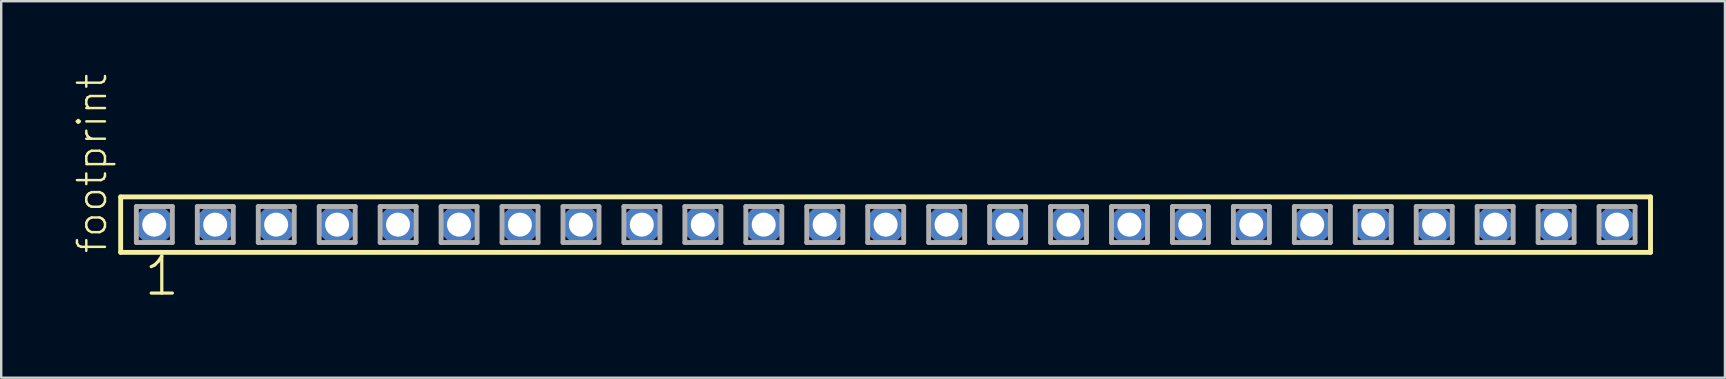
<source format=kicad_pcb>
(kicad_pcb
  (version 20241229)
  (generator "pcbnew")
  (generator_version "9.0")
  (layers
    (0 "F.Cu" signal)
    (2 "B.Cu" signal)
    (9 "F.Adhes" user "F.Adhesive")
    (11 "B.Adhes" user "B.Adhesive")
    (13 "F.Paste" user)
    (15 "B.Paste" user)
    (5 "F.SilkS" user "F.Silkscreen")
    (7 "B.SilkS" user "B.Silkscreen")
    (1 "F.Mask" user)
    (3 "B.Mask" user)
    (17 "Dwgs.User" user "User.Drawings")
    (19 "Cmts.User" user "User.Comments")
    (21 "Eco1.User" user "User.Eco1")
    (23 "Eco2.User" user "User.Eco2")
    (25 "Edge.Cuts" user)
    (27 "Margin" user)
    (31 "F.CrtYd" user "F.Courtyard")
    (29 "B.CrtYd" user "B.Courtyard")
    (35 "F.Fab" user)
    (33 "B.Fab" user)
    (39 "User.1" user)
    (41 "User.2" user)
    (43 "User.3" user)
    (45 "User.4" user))
  (footprint "footprint"
    (layer "F.Cu")
    (at 33.858 6.312)
    (property "Reference" "footprint" (at -32.385 1.27 90) (layer "F.SilkS") (effects (font (size 1.168 1.168) (thickness 0.102)) (justify left bottom)))
    (fp_line (start -31.879 -1.155) (end 31.879 -1.155) (stroke (width 0.203) (type solid)) (layer "F.SilkS"))
    (fp_line (start -31.879 1.155) (end -31.879 -1.155) (stroke (width 0.203) (type solid)) (layer "F.SilkS"))
    (fp_line (start 31.879 -1.155) (end 31.879 1.155) (stroke (width 0.203) (type solid)) (layer "F.SilkS"))
    (fp_line (start 31.879 1.155) (end -31.879 1.155) (stroke (width 0.203) (type solid)) (layer "F.SilkS"))
    (fp_line (start -31.225 -0.755) (end -29.725 -0.755) (stroke (width 0.203) (type solid)) (layer "F.Fab"))
    (fp_line (start -31.225 0.745) (end -31.225 -0.755) (stroke (width 0.203) (type solid)) (layer "F.Fab"))
    (fp_line (start -29.725 -0.755) (end -29.725 0.745) (stroke (width 0.203) (type solid)) (layer "F.Fab"))
    (fp_line (start -29.725 0.745) (end -31.225 0.745) (stroke (width 0.203) (type solid)) (layer "F.Fab"))
    (fp_line (start -28.685 -0.755) (end -27.185 -0.755) (stroke (width 0.203) (type solid)) (layer "F.Fab"))
    (fp_line (start -28.685 0.745) (end -28.685 -0.755) (stroke (width 0.203) (type solid)) (layer "F.Fab"))
    (fp_line (start -27.185 -0.755) (end -27.185 0.745) (stroke (width 0.203) (type solid)) (layer "F.Fab"))
    (fp_line (start -27.185 0.745) (end -28.685 0.745) (stroke (width 0.203) (type solid)) (layer "F.Fab"))
    (fp_line (start -26.145 -0.755) (end -24.645 -0.755) (stroke (width 0.203) (type solid)) (layer "F.Fab"))
    (fp_line (start -26.145 0.745) (end -26.145 -0.755) (stroke (width 0.203) (type solid)) (layer "F.Fab"))
    (fp_line (start -24.645 -0.755) (end -24.645 0.745) (stroke (width 0.203) (type solid)) (layer "F.Fab"))
    (fp_line (start -24.645 0.745) (end -26.145 0.745) (stroke (width 0.203) (type solid)) (layer "F.Fab"))
    (fp_line (start -23.605 -0.755) (end -22.105 -0.755) (stroke (width 0.203) (type solid)) (layer "F.Fab"))
    (fp_line (start -23.605 0.745) (end -23.605 -0.755) (stroke (width 0.203) (type solid)) (layer "F.Fab"))
    (fp_line (start -22.105 -0.755) (end -22.105 0.745) (stroke (width 0.203) (type solid)) (layer "F.Fab"))
    (fp_line (start -22.105 0.745) (end -23.605 0.745) (stroke (width 0.203) (type solid)) (layer "F.Fab"))
    (fp_line (start -21.065 -0.755) (end -19.565 -0.755) (stroke (width 0.203) (type solid)) (layer "F.Fab"))
    (fp_line (start -21.065 0.745) (end -21.065 -0.755) (stroke (width 0.203) (type solid)) (layer "F.Fab"))
    (fp_line (start -19.565 -0.755) (end -19.565 0.745) (stroke (width 0.203) (type solid)) (layer "F.Fab"))
    (fp_line (start -19.565 0.745) (end -21.065 0.745) (stroke (width 0.203) (type solid)) (layer "F.Fab"))
    (fp_line (start -18.525 -0.755) (end -17.025 -0.755) (stroke (width 0.203) (type solid)) (layer "F.Fab"))
    (fp_line (start -18.525 0.745) (end -18.525 -0.755) (stroke (width 0.203) (type solid)) (layer "F.Fab"))
    (fp_line (start -17.025 -0.755) (end -17.025 0.745) (stroke (width 0.203) (type solid)) (layer "F.Fab"))
    (fp_line (start -17.025 0.745) (end -18.525 0.745) (stroke (width 0.203) (type solid)) (layer "F.Fab"))
    (fp_line (start -15.985 -0.755) (end -14.485 -0.755) (stroke (width 0.203) (type solid)) (layer "F.Fab"))
    (fp_line (start -15.985 0.745) (end -15.985 -0.755) (stroke (width 0.203) (type solid)) (layer "F.Fab"))
    (fp_line (start -14.485 -0.755) (end -14.485 0.745) (stroke (width 0.203) (type solid)) (layer "F.Fab"))
    (fp_line (start -14.485 0.745) (end -15.985 0.745) (stroke (width 0.203) (type solid)) (layer "F.Fab"))
    (fp_line (start -13.445 -0.755) (end -11.945 -0.755) (stroke (width 0.203) (type solid)) (layer "F.Fab"))
    (fp_line (start -13.445 0.745) (end -13.445 -0.755) (stroke (width 0.203) (type solid)) (layer "F.Fab"))
    (fp_line (start -11.945 -0.755) (end -11.945 0.745) (stroke (width 0.203) (type solid)) (layer "F.Fab"))
    (fp_line (start -11.945 0.745) (end -13.445 0.745) (stroke (width 0.203) (type solid)) (layer "F.Fab"))
    (fp_line (start -10.905 -0.755) (end -9.405 -0.755) (stroke (width 0.203) (type solid)) (layer "F.Fab"))
    (fp_line (start -10.905 0.745) (end -10.905 -0.755) (stroke (width 0.203) (type solid)) (layer "F.Fab"))
    (fp_line (start -9.405 -0.755) (end -9.405 0.745) (stroke (width 0.203) (type solid)) (layer "F.Fab"))
    (fp_line (start -9.405 0.745) (end -10.905 0.745) (stroke (width 0.203) (type solid)) (layer "F.Fab"))
    (fp_line (start -8.365 -0.755) (end -6.865 -0.755) (stroke (width 0.203) (type solid)) (layer "F.Fab"))
    (fp_line (start -8.365 0.745) (end -8.365 -0.755) (stroke (width 0.203) (type solid)) (layer "F.Fab"))
    (fp_line (start -6.865 -0.755) (end -6.865 0.745) (stroke (width 0.203) (type solid)) (layer "F.Fab"))
    (fp_line (start -6.865 0.745) (end -8.365 0.745) (stroke (width 0.203) (type solid)) (layer "F.Fab"))
    (fp_line (start -5.825 -0.755) (end -4.325 -0.755) (stroke (width 0.203) (type solid)) (layer "F.Fab"))
    (fp_line (start -5.825 0.745) (end -5.825 -0.755) (stroke (width 0.203) (type solid)) (layer "F.Fab"))
    (fp_line (start -4.325 -0.755) (end -4.325 0.745) (stroke (width 0.203) (type solid)) (layer "F.Fab"))
    (fp_line (start -4.325 0.745) (end -5.825 0.745) (stroke (width 0.203) (type solid)) (layer "F.Fab"))
    (fp_line (start -3.285 -0.755) (end -1.785 -0.755) (stroke (width 0.203) (type solid)) (layer "F.Fab"))
    (fp_line (start -3.285 0.745) (end -3.285 -0.755) (stroke (width 0.203) (type solid)) (layer "F.Fab"))
    (fp_line (start -1.785 -0.755) (end -1.785 0.745) (stroke (width 0.203) (type solid)) (layer "F.Fab"))
    (fp_line (start -1.785 0.745) (end -3.285 0.745) (stroke (width 0.203) (type solid)) (layer "F.Fab"))
    (fp_line (start -0.745 -0.755) (end 0.755 -0.755) (stroke (width 0.203) (type solid)) (layer "F.Fab"))
    (fp_line (start -0.745 0.745) (end -0.745 -0.755) (stroke (width 0.203) (type solid)) (layer "F.Fab"))
    (fp_line (start 0.755 -0.755) (end 0.755 0.745) (stroke (width 0.203) (type solid)) (layer "F.Fab"))
    (fp_line (start 0.755 0.745) (end -0.745 0.745) (stroke (width 0.203) (type solid)) (layer "F.Fab"))
    (fp_line (start 1.795 -0.755) (end 3.295 -0.755) (stroke (width 0.203) (type solid)) (layer "F.Fab"))
    (fp_line (start 1.795 0.745) (end 1.795 -0.755) (stroke (width 0.203) (type solid)) (layer "F.Fab"))
    (fp_line (start 3.295 -0.755) (end 3.295 0.745) (stroke (width 0.203) (type solid)) (layer "F.Fab"))
    (fp_line (start 3.295 0.745) (end 1.795 0.745) (stroke (width 0.203) (type solid)) (layer "F.Fab"))
    (fp_line (start 4.335 -0.755) (end 5.835 -0.755) (stroke (width 0.203) (type solid)) (layer "F.Fab"))
    (fp_line (start 4.335 0.745) (end 4.335 -0.755) (stroke (width 0.203) (type solid)) (layer "F.Fab"))
    (fp_line (start 5.835 -0.755) (end 5.835 0.745) (stroke (width 0.203) (type solid)) (layer "F.Fab"))
    (fp_line (start 5.835 0.745) (end 4.335 0.745) (stroke (width 0.203) (type solid)) (layer "F.Fab"))
    (fp_line (start 6.875 -0.755) (end 8.375 -0.755) (stroke (width 0.203) (type solid)) (layer "F.Fab"))
    (fp_line (start 6.875 0.745) (end 6.875 -0.755) (stroke (width 0.203) (type solid)) (layer "F.Fab"))
    (fp_line (start 8.375 -0.755) (end 8.375 0.745) (stroke (width 0.203) (type solid)) (layer "F.Fab"))
    (fp_line (start 8.375 0.745) (end 6.875 0.745) (stroke (width 0.203) (type solid)) (layer "F.Fab"))
    (fp_line (start 9.415 -0.755) (end 10.915 -0.755) (stroke (width 0.203) (type solid)) (layer "F.Fab"))
    (fp_line (start 9.415 0.745) (end 9.415 -0.755) (stroke (width 0.203) (type solid)) (layer "F.Fab"))
    (fp_line (start 10.915 -0.755) (end 10.915 0.745) (stroke (width 0.203) (type solid)) (layer "F.Fab"))
    (fp_line (start 10.915 0.745) (end 9.415 0.745) (stroke (width 0.203) (type solid)) (layer "F.Fab"))
    (fp_line (start 11.955 -0.755) (end 13.455 -0.755) (stroke (width 0.203) (type solid)) (layer "F.Fab"))
    (fp_line (start 11.955 0.745) (end 11.955 -0.755) (stroke (width 0.203) (type solid)) (layer "F.Fab"))
    (fp_line (start 13.455 -0.755) (end 13.455 0.745) (stroke (width 0.203) (type solid)) (layer "F.Fab"))
    (fp_line (start 13.455 0.745) (end 11.955 0.745) (stroke (width 0.203) (type solid)) (layer "F.Fab"))
    (fp_line (start 14.495 -0.755) (end 15.995 -0.755) (stroke (width 0.203) (type solid)) (layer "F.Fab"))
    (fp_line (start 14.495 0.745) (end 14.495 -0.755) (stroke (width 0.203) (type solid)) (layer "F.Fab"))
    (fp_line (start 15.995 -0.755) (end 15.995 0.745) (stroke (width 0.203) (type solid)) (layer "F.Fab"))
    (fp_line (start 15.995 0.745) (end 14.495 0.745) (stroke (width 0.203) (type solid)) (layer "F.Fab"))
    (fp_line (start 17.035 -0.755) (end 18.535 -0.755) (stroke (width 0.203) (type solid)) (layer "F.Fab"))
    (fp_line (start 17.035 0.745) (end 17.035 -0.755) (stroke (width 0.203) (type solid)) (layer "F.Fab"))
    (fp_line (start 18.535 -0.755) (end 18.535 0.745) (stroke (width 0.203) (type solid)) (layer "F.Fab"))
    (fp_line (start 18.535 0.745) (end 17.035 0.745) (stroke (width 0.203) (type solid)) (layer "F.Fab"))
    (fp_line (start 19.575 -0.755) (end 21.075 -0.755) (stroke (width 0.203) (type solid)) (layer "F.Fab"))
    (fp_line (start 19.575 0.745) (end 19.575 -0.755) (stroke (width 0.203) (type solid)) (layer "F.Fab"))
    (fp_line (start 21.075 -0.755) (end 21.075 0.745) (stroke (width 0.203) (type solid)) (layer "F.Fab"))
    (fp_line (start 21.075 0.745) (end 19.575 0.745) (stroke (width 0.203) (type solid)) (layer "F.Fab"))
    (fp_line (start 22.115 -0.755) (end 23.615 -0.755) (stroke (width 0.203) (type solid)) (layer "F.Fab"))
    (fp_line (start 22.115 0.745) (end 22.115 -0.755) (stroke (width 0.203) (type solid)) (layer "F.Fab"))
    (fp_line (start 23.615 -0.755) (end 23.615 0.745) (stroke (width 0.203) (type solid)) (layer "F.Fab"))
    (fp_line (start 23.615 0.745) (end 22.115 0.745) (stroke (width 0.203) (type solid)) (layer "F.Fab"))
    (fp_line (start 24.655 -0.755) (end 26.155 -0.755) (stroke (width 0.203) (type solid)) (layer "F.Fab"))
    (fp_line (start 24.655 0.745) (end 24.655 -0.755) (stroke (width 0.203) (type solid)) (layer "F.Fab"))
    (fp_line (start 26.155 -0.755) (end 26.155 0.745) (stroke (width 0.203) (type solid)) (layer "F.Fab"))
    (fp_line (start 26.155 0.745) (end 24.655 0.745) (stroke (width 0.203) (type solid)) (layer "F.Fab"))
    (fp_line (start 27.195 -0.755) (end 28.695 -0.755) (stroke (width 0.203) (type solid)) (layer "F.Fab"))
    (fp_line (start 27.195 0.745) (end 27.195 -0.755) (stroke (width 0.203) (type solid)) (layer "F.Fab"))
    (fp_line (start 28.695 -0.755) (end 28.695 0.745) (stroke (width 0.203) (type solid)) (layer "F.Fab"))
    (fp_line (start 28.695 0.745) (end 27.195 0.745) (stroke (width 0.203) (type solid)) (layer "F.Fab"))
    (fp_line (start 29.735 -0.755) (end 31.235 -0.755) (stroke (width 0.203) (type solid)) (layer "F.Fab"))
    (fp_line (start 29.735 0.745) (end 29.735 -0.755) (stroke (width 0.203) (type solid)) (layer "F.Fab"))
    (fp_line (start 31.235 -0.755) (end 31.235 0.745) (stroke (width 0.203) (type solid)) (layer "F.Fab"))
    (fp_line (start 31.235 0.745) (end 29.735 0.745) (stroke (width 0.203) (type solid)) (layer "F.Fab"))
    (fp_text user "1" (at -30.988 3.048 0) (layer "F.SilkS") (effects (font (size 1.542 1.542) (thickness 0.134)) (justify left bottom)))
    (pad "1" thru_hole roundrect (at -30.48 0) (size 1.5 1.5) (drill 1) (layers "*.Cu" "*.Mask") (roundrect_rratio 0.25) (chamfer_ratio 0.25) (chamfer top_left top_right bottom_left bottom_right))
    (pad "2" thru_hole roundrect (at -27.94 0) (size 1.5 1.5) (drill 1) (layers "*.Cu" "*.Mask") (roundrect_rratio 0.25) (chamfer_ratio 0.25) (chamfer top_left top_right bottom_left bottom_right))
    (pad "3" thru_hole roundrect (at -25.4 0) (size 1.5 1.5) (drill 1) (layers "*.Cu" "*.Mask") (roundrect_rratio 0.25) (chamfer_ratio 0.25) (chamfer top_left top_right bottom_left bottom_right))
    (pad "4" thru_hole roundrect (at -22.86 0) (size 1.5 1.5) (drill 1) (layers "*.Cu" "*.Mask") (roundrect_rratio 0.25) (chamfer_ratio 0.25) (chamfer top_left top_right bottom_left bottom_right))
    (pad "5" thru_hole roundrect (at -20.32 0) (size 1.5 1.5) (drill 1) (layers "*.Cu" "*.Mask") (roundrect_rratio 0.25) (chamfer_ratio 0.25) (chamfer top_left top_right bottom_left bottom_right))
    (pad "6" thru_hole roundrect (at -17.78 0) (size 1.5 1.5) (drill 1) (layers "*.Cu" "*.Mask") (roundrect_rratio 0.25) (chamfer_ratio 0.25) (chamfer top_left top_right bottom_left bottom_right))
    (pad "7" thru_hole roundrect (at -15.24 0) (size 1.5 1.5) (drill 1) (layers "*.Cu" "*.Mask") (roundrect_rratio 0.25) (chamfer_ratio 0.25) (chamfer top_left top_right bottom_left bottom_right))
    (pad "8" thru_hole roundrect (at -12.7 0) (size 1.5 1.5) (drill 1) (layers "*.Cu" "*.Mask") (roundrect_rratio 0.25) (chamfer_ratio 0.25) (chamfer top_left top_right bottom_left bottom_right))
    (pad "9" thru_hole roundrect (at -10.16 0) (size 1.5 1.5) (drill 1) (layers "*.Cu" "*.Mask") (roundrect_rratio 0.25) (chamfer_ratio 0.25) (chamfer top_left top_right bottom_left bottom_right))
    (pad "10" thru_hole roundrect (at -7.62 0) (size 1.5 1.5) (drill 1) (layers "*.Cu" "*.Mask") (roundrect_rratio 0.25) (chamfer_ratio 0.25) (chamfer top_left top_right bottom_left bottom_right))
    (pad "11" thru_hole roundrect (at -5.08 0) (size 1.5 1.5) (drill 1) (layers "*.Cu" "*.Mask") (roundrect_rratio 0.25) (chamfer_ratio 0.25) (chamfer top_left top_right bottom_left bottom_right))
    (pad "12" thru_hole roundrect (at -2.54 0) (size 1.5 1.5) (drill 1) (layers "*.Cu" "*.Mask") (roundrect_rratio 0.25) (chamfer_ratio 0.25) (chamfer top_left top_right bottom_left bottom_right))
    (pad "13" thru_hole roundrect (at 0 0) (size 1.5 1.5) (drill 1) (layers "*.Cu" "*.Mask") (roundrect_rratio 0.25) (chamfer_ratio 0.25) (chamfer top_left top_right bottom_left bottom_right))
    (pad "14" thru_hole roundrect (at 2.54 0) (size 1.5 1.5) (drill 1) (layers "*.Cu" "*.Mask") (roundrect_rratio 0.25) (chamfer_ratio 0.25) (chamfer top_left top_right bottom_left bottom_right))
    (pad "15" thru_hole roundrect (at 5.08 0) (size 1.5 1.5) (drill 1) (layers "*.Cu" "*.Mask") (roundrect_rratio 0.25) (chamfer_ratio 0.25) (chamfer top_left top_right bottom_left bottom_right))
    (pad "16" thru_hole roundrect (at 7.62 0) (size 1.5 1.5) (drill 1) (layers "*.Cu" "*.Mask") (roundrect_rratio 0.25) (chamfer_ratio 0.25) (chamfer top_left top_right bottom_left bottom_right))
    (pad "17" thru_hole roundrect (at 10.16 0) (size 1.5 1.5) (drill 1) (layers "*.Cu" "*.Mask") (roundrect_rratio 0.25) (chamfer_ratio 0.25) (chamfer top_left top_right bottom_left bottom_right))
    (pad "18" thru_hole roundrect (at 12.7 0) (size 1.5 1.5) (drill 1) (layers "*.Cu" "*.Mask") (roundrect_rratio 0.25) (chamfer_ratio 0.25) (chamfer top_left top_right bottom_left bottom_right))
    (pad "19" thru_hole roundrect (at 15.24 0) (size 1.5 1.5) (drill 1) (layers "*.Cu" "*.Mask") (roundrect_rratio 0.25) (chamfer_ratio 0.25) (chamfer top_left top_right bottom_left bottom_right))
    (pad "20" thru_hole roundrect (at 17.78 0) (size 1.5 1.5) (drill 1) (layers "*.Cu" "*.Mask") (roundrect_rratio 0.25) (chamfer_ratio 0.25) (chamfer top_left top_right bottom_left bottom_right))
    (pad "21" thru_hole roundrect (at 20.32 0) (size 1.5 1.5) (drill 1) (layers "*.Cu" "*.Mask") (roundrect_rratio 0.25) (chamfer_ratio 0.25) (chamfer top_left top_right bottom_left bottom_right))
    (pad "22" thru_hole roundrect (at 22.86 0) (size 1.5 1.5) (drill 1) (layers "*.Cu" "*.Mask") (roundrect_rratio 0.25) (chamfer_ratio 0.25) (chamfer top_left top_right bottom_left bottom_right))
    (pad "23" thru_hole roundrect (at 25.4 0) (size 1.5 1.5) (drill 1) (layers "*.Cu" "*.Mask") (roundrect_rratio 0.25) (chamfer_ratio 0.25) (chamfer top_left top_right bottom_left bottom_right))
    (pad "24" thru_hole roundrect (at 27.94 0) (size 1.5 1.5) (drill 1) (layers "*.Cu" "*.Mask") (roundrect_rratio 0.25) (chamfer_ratio 0.25) (chamfer top_left top_right bottom_left bottom_right))
    (pad "25" thru_hole roundrect (at 30.48 0) (size 1.5 1.5) (drill 1) (layers "*.Cu" "*.Mask") (roundrect_rratio 0.25) (chamfer_ratio 0.25) (chamfer top_left top_right bottom_left bottom_right)))
  (gr_rect
    (start -3 -3)
    (end 68.839 12.691)
    (stroke (width 0.1) (type default))
    (fill no)
    (layer "Edge.Cuts")))
</source>
